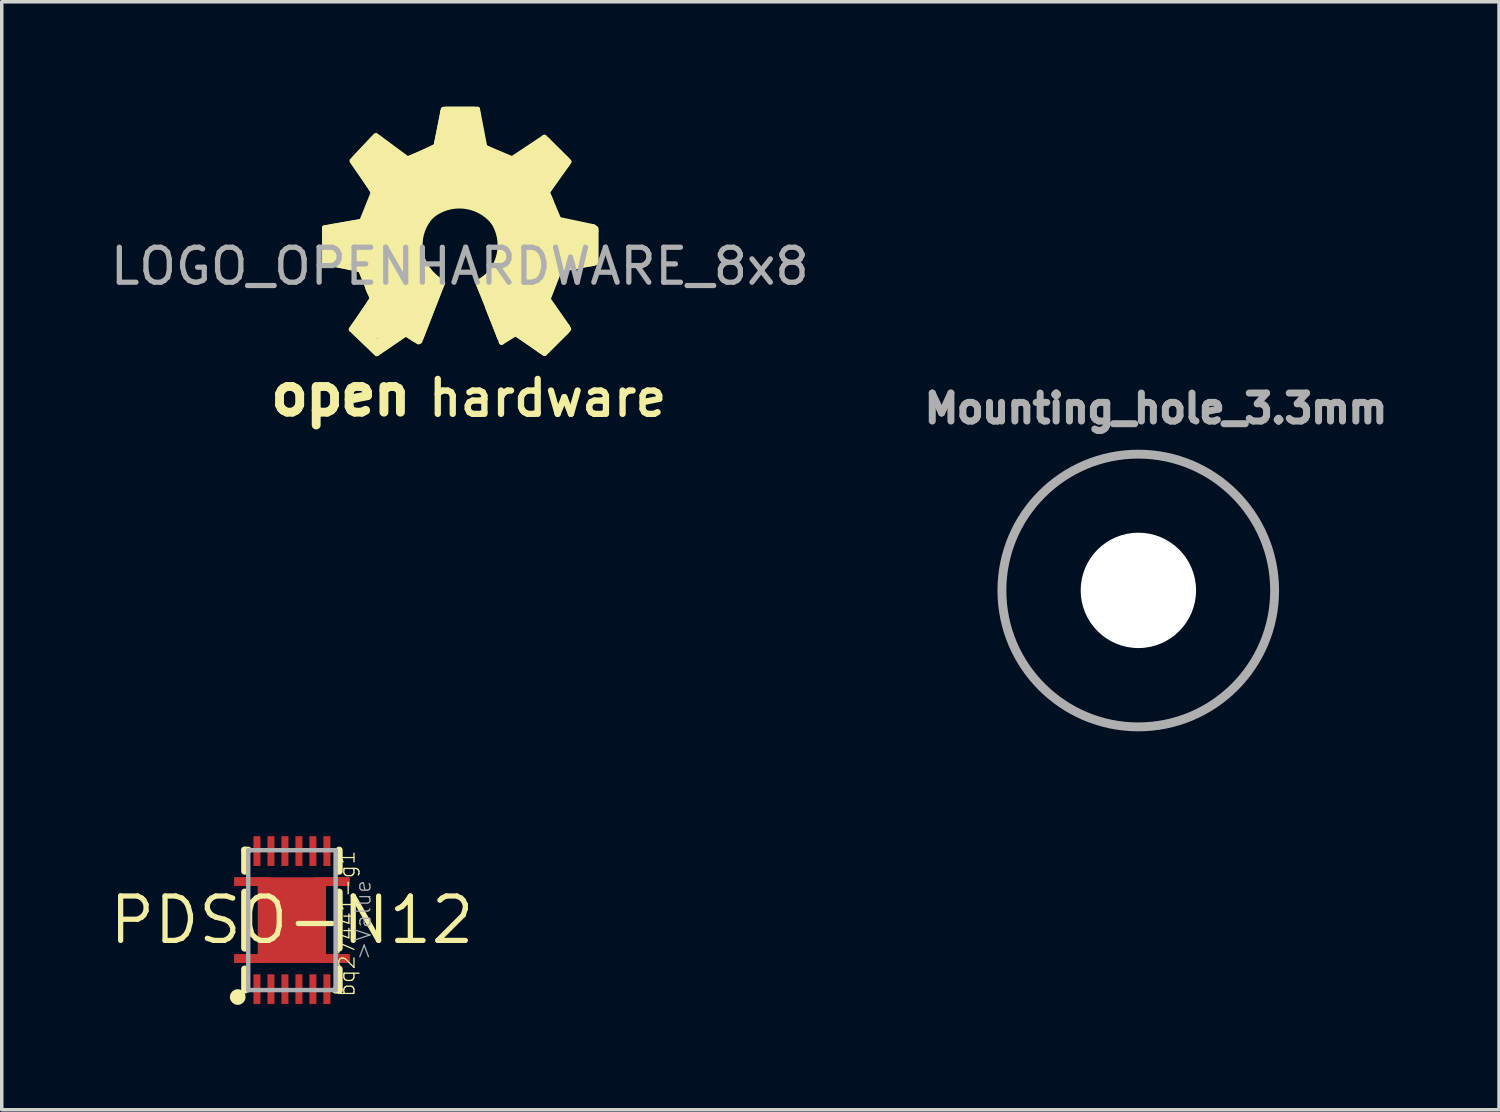
<source format=kicad_pcb>
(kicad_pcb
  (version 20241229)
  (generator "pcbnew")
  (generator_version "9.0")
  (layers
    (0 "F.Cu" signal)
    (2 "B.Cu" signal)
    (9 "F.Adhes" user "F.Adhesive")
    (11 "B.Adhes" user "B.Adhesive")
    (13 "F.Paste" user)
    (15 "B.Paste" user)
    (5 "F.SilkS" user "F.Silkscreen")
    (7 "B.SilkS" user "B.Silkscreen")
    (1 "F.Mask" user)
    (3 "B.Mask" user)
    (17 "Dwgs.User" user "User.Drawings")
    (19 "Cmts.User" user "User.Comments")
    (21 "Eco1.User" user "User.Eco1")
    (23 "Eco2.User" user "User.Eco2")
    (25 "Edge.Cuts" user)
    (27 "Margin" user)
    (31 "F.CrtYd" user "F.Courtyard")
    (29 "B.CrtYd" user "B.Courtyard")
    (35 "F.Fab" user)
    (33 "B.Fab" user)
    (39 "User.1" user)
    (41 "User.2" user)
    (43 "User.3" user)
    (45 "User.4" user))
  (footprint "LOGO_OPENHARDWARE_8x8"
    (layer "F.Cu")
    (at 10.101 4.066)
    (property "Reference" "LOGO_OPENHARDWARE_8x8" (at 0 0.5 0) (layer "F.Fab") (effects (font (size 1 1) (thickness 0.15))))
    (attr through_hole)
    (fp_line (start -3.868 -0.599) (end -2.697 -0.803) (stroke (width 0.15) (type solid)) (layer "F.SilkS"))
    (fp_line (start -3.866 -0.597) (end -3.866 0.389) (stroke (width 0.15) (type solid)) (layer "F.SilkS"))
    (fp_line (start -3.866 0.396) (end -2.794 0.592) (stroke (width 0.15) (type solid)) (layer "F.SilkS"))
    (fp_line (start -3.729 -0.505) (end -2.71 -0.686) (stroke (width 0.37) (type solid)) (layer "F.SilkS"))
    (fp_line (start -3.726 0.284) (end -2.776 0.503) (stroke (width 0.37) (type solid)) (layer "F.SilkS"))
    (fp_line (start -3.716 -0.493) (end -3.721 0.295) (stroke (width 0.38) (type solid)) (layer "F.SilkS"))
    (fp_line (start -3.716 -0.353) (end -2.601 -0.599) (stroke (width 0.15) (type solid)) (layer "F.SilkS"))
    (fp_line (start -3.574 -0.409) (end -3.574 0.241) (stroke (width 0.15) (type solid)) (layer "F.SilkS"))
    (fp_line (start -3.259 -0.112) (end -1.841 -0.173) (stroke (width 1) (type solid)) (layer "F.SilkS"))
    (fp_line (start -3.104 2.304) (end -2.507 1.44) (stroke (width 0.15) (type solid)) (layer "F.SilkS"))
    (fp_line (start -3.081 -2.517) (end -2.408 -3.231) (stroke (width 0.15) (type solid)) (layer "F.SilkS"))
    (fp_line (start -3.061 -2.482) (end -2.466 -1.628) (stroke (width 0.15) (type solid)) (layer "F.SilkS"))
    (fp_line (start -2.939 2.286) (end -2.375 2.824) (stroke (width 0.38) (type solid)) (layer "F.SilkS"))
    (fp_line (start -2.924 2.286) (end -2.39 1.453) (stroke (width 0.37) (type solid)) (layer "F.SilkS"))
    (fp_line (start -2.918 -2.512) (end -2.418 -3.045) (stroke (width 0.38) (type solid)) (layer "F.SilkS"))
    (fp_line (start -2.908 -2.489) (end -2.352 -1.638) (stroke (width 0.37) (type solid)) (layer "F.SilkS"))
    (fp_line (start -2.799 -0.798) (end -2.464 -1.631) (stroke (width 0.15) (type solid)) (layer "F.SilkS"))
    (fp_line (start -2.748 0.526) (end -2.39 1.41) (stroke (width 0.37) (type solid)) (layer "F.SilkS"))
    (fp_line (start -2.68 -0.721) (end -2.332 -1.587) (stroke (width 0.37) (type solid)) (layer "F.SilkS"))
    (fp_line (start -2.461 0.376) (end -1.755 0.249) (stroke (width 1) (type solid)) (layer "F.SilkS"))
    (fp_line (start -2.426 -2.969) (end -1.542 -2.248) (stroke (width 0.15) (type solid)) (layer "F.SilkS"))
    (fp_line (start -2.395 -3.233) (end -1.425 -2.517) (stroke (width 0.15) (type solid)) (layer "F.SilkS"))
    (fp_line (start -2.375 3) (end -3.096 2.306) (stroke (width 0.15) (type solid)) (layer "F.SilkS"))
    (fp_line (start -2.37 -3.071) (end -1.542 -2.418) (stroke (width 0.37) (type solid)) (layer "F.SilkS"))
    (fp_line (start -2.362 2.824) (end -1.582 2.294) (stroke (width 0.4) (type solid)) (layer "F.SilkS"))
    (fp_line (start -2.273 -2.398) (end -1.212 -1.29) (stroke (width 1) (type solid)) (layer "F.SilkS"))
    (fp_line (start -2.223 2.093) (end -1.369 1.072) (stroke (width 1) (type solid)) (layer "F.SilkS"))
    (fp_line (start -2.212 1.021) (end -1.648 0.541) (stroke (width 1) (type solid)) (layer "F.SilkS"))
    (fp_line (start -2.187 -1.621) (end -2.573 -0.622) (stroke (width 0.15) (type solid)) (layer "F.SilkS"))
    (fp_line (start -2.182 -1.615) (end -2.784 -2.525) (stroke (width 0.15) (type solid)) (layer "F.SilkS"))
    (fp_line (start -2.136 -0.869) (end -1.694 -0.709) (stroke (width 1) (type solid)) (layer "F.SilkS"))
    (fp_line (start -1.961 -1.349) (end -1.504 -1.059) (stroke (width 1) (type solid)) (layer "F.SilkS"))
    (fp_line (start -1.572 2.276) (end -1.255 2.482) (stroke (width 0.37) (type solid)) (layer "F.SilkS"))
    (fp_line (start -1.547 1.92) (end -1.181 1.158) (stroke (width 1) (type solid)) (layer "F.SilkS"))
    (fp_line (start -1.542 2.428) (end -2.367 2.992) (stroke (width 0.15) (type solid)) (layer "F.SilkS"))
    (fp_line (start -1.537 -2.25) (end -0.554 -2.743) (stroke (width 0.15) (type solid)) (layer "F.SilkS"))
    (fp_line (start -1.529 2.438) (end -1.184 2.659) (stroke (width 0.15) (type solid)) (layer "F.SilkS"))
    (fp_line (start -1.481 -2.428) (end -0.635 -2.835) (stroke (width 0.37) (type solid)) (layer "F.SilkS"))
    (fp_line (start -1.46 -2.586) (end -0.556 -2.964) (stroke (width 0.15) (type solid)) (layer "F.SilkS"))
    (fp_line (start -1.45 -0.391) (end -1.318 0.432) (stroke (width 0.15) (type solid)) (layer "F.SilkS"))
    (fp_line (start -1.313 0.462) (end -1.219 0.632) (stroke (width 0.15) (type solid)) (layer "F.SilkS"))
    (fp_line (start -1.313 0.462) (end -1.219 0.632) (stroke (width 0.15) (type solid)) (layer "F.SilkS"))
    (fp_line (start -1.227 2.461) (end -0.676 1.039) (stroke (width 0.42) (type solid)) (layer "F.SilkS"))
    (fp_line (start -1.206 0.663) (end -0.899 0.93) (stroke (width 0.15) (type solid)) (layer "F.SilkS"))
    (fp_line (start -1.146 2.642) (end -0.495 0.973) (stroke (width 0.15) (type solid)) (layer "F.SilkS"))
    (fp_line (start -1.09 0.683) (end -0.831 1.021) (stroke (width 0.15) (type solid)) (layer "F.SilkS"))
    (fp_line (start -1.026 -1.128) (end -1.445 -0.396) (stroke (width 0.15) (type solid)) (layer "F.SilkS"))
    (fp_line (start -0.963 -2.126) (end -0.787 -1.768) (stroke (width 1) (type solid)) (layer "F.SilkS"))
    (fp_line (start -0.721 0.798) (end -0.495 0.973) (stroke (width 0.15) (type solid)) (layer "F.SilkS"))
    (fp_line (start -0.528 -2.385) (end -0.361 -1.775) (stroke (width 1) (type solid)) (layer "F.SilkS"))
    (fp_line (start -0.472 -3.98) (end -0.673 -2.954) (stroke (width 0.15) (type solid)) (layer "F.SilkS"))
    (fp_line (start -0.462 -3.988) (end 0.503 -3.988) (stroke (width 0.15) (type solid)) (layer "F.SilkS"))
    (fp_line (start -0.384 -3.881) (end 0.401 -3.881) (stroke (width 0.37) (type solid)) (layer "F.SilkS"))
    (fp_line (start -0.376 -3.868) (end -0.582 -2.855) (stroke (width 0.37) (type solid)) (layer "F.SilkS"))
    (fp_line (start -0.155 -1.557) (end -1.026 -1.128) (stroke (width 0.15) (type solid)) (layer "F.SilkS"))
    (fp_line (start -0.013 -3.373) (end -0.008 -1.859) (stroke (width 1) (type solid)) (layer "F.SilkS"))
    (fp_line (start 0.384 -3.861) (end 0.597 -2.842) (stroke (width 0.37) (type solid)) (layer "F.SilkS"))
    (fp_line (start 0.503 -3.988) (end 0.729 -2.817) (stroke (width 0.15) (type solid)) (layer "F.SilkS"))
    (fp_line (start 0.597 -2.842) (end 1.499 -2.393) (stroke (width 0.37) (type solid)) (layer "F.SilkS"))
    (fp_line (start 0.643 1.255) (end 0.521 0.97) (stroke (width 0.15) (type solid)) (layer "F.SilkS"))
    (fp_line (start 0.66 -1.389) (end -0.155 -1.549) (stroke (width 0.15) (type solid)) (layer "F.SilkS"))
    (fp_line (start 0.719 -2.898) (end 1.524 -2.56) (stroke (width 0.15) (type solid)) (layer "F.SilkS"))
    (fp_line (start 0.737 -2.37) (end 0.516 -1.684) (stroke (width 1) (type solid)) (layer "F.SilkS"))
    (fp_line (start 0.78 0.8) (end 0.526 0.965) (stroke (width 0.15) (type solid)) (layer "F.SilkS"))
    (fp_line (start 0.803 0.993) (end 1.331 2.375) (stroke (width 0.15) (type solid)) (layer "F.SilkS"))
    (fp_line (start 0.846 1.052) (end 1.024 0.93) (stroke (width 0.15) (type solid)) (layer "F.SilkS"))
    (fp_line (start 1.024 0.93) (end 1.4 0.218) (stroke (width 0.15) (type solid)) (layer "F.SilkS"))
    (fp_line (start 1.163 1.067) (end 1.496 1.798) (stroke (width 1) (type solid)) (layer "F.SilkS"))
    (fp_line (start 1.163 1.158) (end 2.344 2.172) (stroke (width 1) (type solid)) (layer "F.SilkS"))
    (fp_line (start 1.171 -0.96) (end 0.66 -1.389) (stroke (width 0.15) (type solid)) (layer "F.SilkS"))
    (fp_line (start 1.194 2.672) (end 0.808 1.692) (stroke (width 0.15) (type solid)) (layer "F.SilkS"))
    (fp_line (start 1.232 2.459) (end 0.658 1.019) (stroke (width 0.37) (type solid)) (layer "F.SilkS"))
    (fp_line (start 1.278 1.021) (end 1.895 1.349) (stroke (width 1) (type solid)) (layer "F.SilkS"))
    (fp_line (start 1.323 -2.118) (end 0.904 -1.532) (stroke (width 1) (type solid)) (layer "F.SilkS"))
    (fp_line (start 1.4 0.218) (end 1.4 -0.3) (stroke (width 0.15) (type solid)) (layer "F.SilkS"))
    (fp_line (start 1.405 -2.512) (end 2.416 -3.185) (stroke (width 0.15) (type solid)) (layer "F.SilkS"))
    (fp_line (start 1.405 -0.287) (end 1.171 -0.96) (stroke (width 0.15) (type solid)) (layer "F.SilkS"))
    (fp_line (start 1.511 -2.398) (end 2.416 -3.032) (stroke (width 0.37) (type solid)) (layer "F.SilkS"))
    (fp_line (start 1.542 2.372) (end 2.418 2.992) (stroke (width 0.15) (type solid)) (layer "F.SilkS"))
    (fp_line (start 1.57 2.273) (end 1.232 2.459) (stroke (width 0.37) (type solid)) (layer "F.SilkS"))
    (fp_line (start 1.598 0.602) (end 2.207 0.709) (stroke (width 1) (type solid)) (layer "F.SilkS"))
    (fp_line (start 1.722 2.344) (end 1.194 2.672) (stroke (width 0.15) (type solid)) (layer "F.SilkS"))
    (fp_line (start 2.192 -1.25) (end 1.537 -0.884) (stroke (width 1) (type solid)) (layer "F.SilkS"))
    (fp_line (start 2.253 -2.316) (end 1.14 -1.25) (stroke (width 1) (type solid)) (layer "F.SilkS"))
    (fp_line (start 2.352 -1.692) (end 2.692 -0.754) (stroke (width 0.37) (type solid)) (layer "F.SilkS"))
    (fp_line (start 2.355 1.392) (end 2.974 2.278) (stroke (width 0.37) (type solid)) (layer "F.SilkS"))
    (fp_line (start 2.405 2.677) (end 1.585 2.149) (stroke (width 0.15) (type solid)) (layer "F.SilkS"))
    (fp_line (start 2.405 2.84) (end 1.57 2.273) (stroke (width 0.37) (type solid)) (layer "F.SilkS"))
    (fp_line (start 2.416 -3.03) (end 2.969 -2.484) (stroke (width 0.37) (type solid)) (layer "F.SilkS"))
    (fp_line (start 2.421 -3.188) (end 3.114 -2.497) (stroke (width 0.15) (type solid)) (layer "F.SilkS"))
    (fp_line (start 2.421 2.832) (end 2.974 2.286) (stroke (width 0.37) (type solid)) (layer "F.SilkS"))
    (fp_line (start 2.428 2.987) (end 3.111 2.296) (stroke (width 0.15) (type solid)) (layer "F.SilkS"))
    (fp_line (start 2.433 -0.556) (end 1.712 -0.409) (stroke (width 1) (type solid)) (layer "F.SilkS"))
    (fp_line (start 2.504 -1.608) (end 2.87 -0.739) (stroke (width 0.15) (type solid)) (layer "F.SilkS"))
    (fp_line (start 2.692 -0.754) (end 3.774 -0.526) (stroke (width 0.37) (type solid)) (layer "F.SilkS"))
    (fp_line (start 2.753 0.61) (end 3.876 0.399) (stroke (width 0.15) (type solid)) (layer "F.SilkS"))
    (fp_line (start 2.761 0.48) (end 2.355 1.392) (stroke (width 0.37) (type solid)) (layer "F.SilkS"))
    (fp_line (start 2.824 2.212) (end 2.339 2.743) (stroke (width 0.15) (type solid)) (layer "F.SilkS"))
    (fp_line (start 2.857 0.577) (end 2.477 1.557) (stroke (width 0.15) (type solid)) (layer "F.SilkS"))
    (fp_line (start 2.969 -2.482) (end 2.352 -1.692) (stroke (width 0.37) (type solid)) (layer "F.SilkS"))
    (fp_line (start 3.119 -2.489) (end 2.416 -1.499) (stroke (width 0.15) (type solid)) (layer "F.SilkS"))
    (fp_line (start 3.244 -0.132) (end 1.775 -0.046) (stroke (width 1) (type solid)) (layer "F.SilkS"))
    (fp_line (start 3.774 -0.526) (end 3.774 0.31) (stroke (width 0.37) (type solid)) (layer "F.SilkS"))
    (fp_line (start 3.774 0.31) (end 2.761 0.48) (stroke (width 0.37) (type solid)) (layer "F.SilkS"))
    (fp_line (start 3.807 0.163) (end 2.7 0.386) (stroke (width 0.15) (type solid)) (layer "F.SilkS"))
    (fp_line (start 3.891 -0.579) (end 3.889 0.378) (stroke (width 0.15) (type solid)) (layer "F.SilkS"))
    (fp_arc (start -0.8763 -1.03124) (mid 0.127392 -1.330927) (end 1.04902 -0.83312) (stroke (width 0.37) (type solid)) (layer "F.SilkS"))
    (fp_arc (start -0.8255 0.84836) (mid -1.247617 -0.062958) (end -0.9017 -1.00584) (stroke (width 0.37) (type solid)) (layer "F.SilkS"))
    (fp_arc (start 1.03886 -0.84836) (mid 1.239562 0.160623) (end 0.66802 1.016) (stroke (width 0.37) (type solid)) (layer "F.SilkS"))
    (fp_text user "hardware" (at 2.512 4.267 0) (layer "F.SilkS") (effects (font (size 1 1) (thickness 0.18))))
    (fp_text user "open" (at -3.401 4.176 0) (layer "F.SilkS") (effects (font (size 1.1 1.1) (thickness 0.254)))))
  (footprint "PDSO-N12"
    (layer "F.Cu")
    (at 5.299 23.266)
    (property "Reference" "PDSO-N12" (at 0 0 0) (layer "F.SilkS") (effects (font (size 1.27 1.27) (thickness 0.15))))
    (attr through_hole)
    (fp_poly (pts (xy 1.65 -1.225) (xy -1.65 -1.225) (xy -1.65 -0.975) (xy -0.975 -0.975) (xy -0.975 0.975) (xy -1.65 0.975) (xy -1.65 1.225) (xy 1.65 1.225) (xy 1.65 0.975) (xy 0.975 0.975) (xy 0.975 -0.975) (xy 1.65 -0.975)) (stroke (width 0) (type solid)) (fill yes) (layer "F.Cu"))
    (fp_poly (pts (xy -1.75 -0.875) (xy 1.75 -0.875) (xy 1.75 -1.325) (xy -1.75 -1.325)) (stroke (width 0) (type solid)) (fill yes) (layer "F.Mask"))
    (fp_poly (pts (xy 1.75 0.875) (xy -1.75 0.875) (xy -1.75 1.325) (xy 1.75 1.325)) (stroke (width 0) (type solid)) (fill yes) (layer "F.Mask"))
    (fp_line (start -1.35 -2) (end -1.35 -1.4) (stroke (width 0.203) (type solid)) (layer "F.SilkS"))
    (fp_line (start -1.35 -2) (end -1.25 -2) (stroke (width 0.203) (type solid)) (layer "F.SilkS"))
    (fp_line (start -1.35 -0.8) (end -1.35 0.8) (stroke (width 0.203) (type solid)) (layer "F.SilkS"))
    (fp_line (start -1.35 2) (end -1.35 1.4) (stroke (width 0.203) (type solid)) (layer "F.SilkS"))
    (fp_line (start -1.35 2) (end -1.25 2) (stroke (width 0.127) (type solid)) (layer "F.SilkS"))
    (fp_line (start 1.35 -2) (end 1.25 -2) (stroke (width 0.127) (type solid)) (layer "F.SilkS"))
    (fp_line (start 1.35 -2) (end 1.35 -1.4) (stroke (width 0.203) (type solid)) (layer "F.SilkS"))
    (fp_line (start 1.35 0.8) (end 1.35 -0.8) (stroke (width 0.203) (type solid)) (layer "F.SilkS"))
    (fp_line (start 1.35 2) (end 1.25 2) (stroke (width 0.203) (type solid)) (layer "F.SilkS"))
    (fp_line (start 1.35 2) (end 1.35 1.4) (stroke (width 0.203) (type solid)) (layer "F.SilkS"))
    (fp_circle (center -1.55 2.2) (end -1.438 2.2) (stroke (width 0.224) (type solid)) (fill no) (layer "F.SilkS"))
    (fp_poly (pts (xy -1.625 -0.975) (xy -1.1 -0.975) (xy -1.1 -1.225) (xy -1.625 -1.225)) (stroke (width 0) (type solid)) (fill yes) (layer "F.Paste"))
    (fp_poly (pts (xy -1.625 1.225) (xy -1.1 1.225) (xy -1.1 0.975) (xy -1.625 0.975)) (stroke (width 0) (type solid)) (fill yes) (layer "F.Paste"))
    (fp_poly (pts (xy -1.1 -1.575) (xy -0.9 -1.575) (xy -0.9 -2.375) (xy -1.1 -2.375)) (stroke (width 0) (type solid)) (fill yes) (layer "F.Paste"))
    (fp_poly (pts (xy -0.9 -0.1) (xy -0.1 -0.1) (xy -0.1 -1.1) (xy -0.9 -1.1)) (stroke (width 0) (type solid)) (fill yes) (layer "F.Paste"))
    (fp_poly (pts (xy -0.9 1.1) (xy -0.1 1.1) (xy -0.1 0.1) (xy -0.9 0.1)) (stroke (width 0) (type solid)) (fill yes) (layer "F.Paste"))
    (fp_poly (pts (xy -0.9 1.575) (xy -1.1 1.575) (xy -1.1 2.375) (xy -0.9 2.375)) (stroke (width 0) (type solid)) (fill yes) (layer "F.Paste"))
    (fp_poly (pts (xy -0.7 -1.575) (xy -0.5 -1.575) (xy -0.5 -2.375) (xy -0.7 -2.375)) (stroke (width 0) (type solid)) (fill yes) (layer "F.Paste"))
    (fp_poly (pts (xy -0.5 1.575) (xy -0.7 1.575) (xy -0.7 2.375) (xy -0.5 2.375)) (stroke (width 0) (type solid)) (fill yes) (layer "F.Paste"))
    (fp_poly (pts (xy -0.3 -1.575) (xy -0.1 -1.575) (xy -0.1 -2.375) (xy -0.3 -2.375)) (stroke (width 0) (type solid)) (fill yes) (layer "F.Paste"))
    (fp_poly (pts (xy -0.1 1.575) (xy -0.3 1.575) (xy -0.3 2.375) (xy -0.1 2.375)) (stroke (width 0) (type solid)) (fill yes) (layer "F.Paste"))
    (fp_poly (pts (xy 0.1 -1.575) (xy 0.3 -1.575) (xy 0.3 -2.375) (xy 0.1 -2.375)) (stroke (width 0) (type solid)) (fill yes) (layer "F.Paste"))
    (fp_poly (pts (xy 0.3 1.575) (xy 0.1 1.575) (xy 0.1 2.375) (xy 0.3 2.375)) (stroke (width 0) (type solid)) (fill yes) (layer "F.Paste"))
    (fp_poly (pts (xy 0.5 -1.575) (xy 0.7 -1.575) (xy 0.7 -2.375) (xy 0.5 -2.375)) (stroke (width 0) (type solid)) (fill yes) (layer "F.Paste"))
    (fp_poly (pts (xy 0.5 -1.575) (xy 0.7 -1.575) (xy 0.7 -2.375) (xy 0.5 -2.375)) (stroke (width 0) (type solid)) (fill yes) (layer "F.Paste"))
    (fp_poly (pts (xy 0.7 1.575) (xy 0.5 1.575) (xy 0.5 2.375) (xy 0.7 2.375)) (stroke (width 0) (type solid)) (fill yes) (layer "F.Paste"))
    (fp_poly (pts (xy 0.9 -1.575) (xy 1.1 -1.575) (xy 1.1 -2.375) (xy 0.9 -2.375)) (stroke (width 0) (type solid)) (fill yes) (layer "F.Paste"))
    (fp_poly (pts (xy 0.9 -1.1) (xy 0.1 -1.1) (xy 0.1 -0.1) (xy 0.9 -0.1)) (stroke (width 0) (type solid)) (fill yes) (layer "F.Paste"))
    (fp_poly (pts (xy 0.9 0.1) (xy 0.1 0.1) (xy 0.1 1.1) (xy 0.9 1.1)) (stroke (width 0) (type solid)) (fill yes) (layer "F.Paste"))
    (fp_poly (pts (xy 1.1 1.575) (xy 0.9 1.575) (xy 0.9 2.375) (xy 1.1 2.375)) (stroke (width 0) (type solid)) (fill yes) (layer "F.Paste"))
    (fp_poly (pts (xy 1.625 -1.225) (xy 1.1 -1.225) (xy 1.1 -0.975) (xy 1.625 -0.975)) (stroke (width 0) (type solid)) (fill yes) (layer "F.Paste"))
    (fp_poly (pts (xy 1.625 0.975) (xy 1.1 0.975) (xy 1.1 1.225) (xy 1.625 1.225)) (stroke (width 0) (type solid)) (fill yes) (layer "F.Paste"))
    (fp_line (start -1.25 -2) (end -1.25 2) (stroke (width 0.127) (type solid)) (layer "F.Fab"))
    (fp_line (start -1.25 2) (end 1.25 2) (stroke (width 0.127) (type solid)) (layer "F.Fab"))
    (fp_line (start 1.25 -2) (end -1.25 -2) (stroke (width 0.127) (type solid)) (layer "F.Fab"))
    (fp_line (start 1.25 2) (end 1.25 -2) (stroke (width 0.127) (type solid)) (layer "F.Fab"))
    (fp_text user "bq27441-g1" (at 1.829 0.102 270) (layer "F.SilkS") (effects (font (size 0.434 0.434) (thickness 0.037)) (justify bottom)))
    (fp_text user ">Value" (at 1.778 0 270) (layer "F.Fab") (effects (font (size 0.434 0.434) (thickness 0.037)) (justify top)))
    (pad "1" smd rect (at -1 1.975) (size 0.2 0.85) (layers "F.Cu" "F.Mask"))
    (pad "2" smd rect (at -0.6 1.975) (size 0.2 0.85) (layers "F.Cu" "F.Mask"))
    (pad "3" smd rect (at -0.2 1.975) (size 0.2 0.85) (layers "F.Cu" "F.Mask"))
    (pad "4" smd rect (at 0.2 1.975) (size 0.2 0.85) (layers "F.Cu" "F.Mask"))
    (pad "5" smd rect (at 0.6 1.975) (size 0.2 0.85) (layers "F.Cu" "F.Mask"))
    (pad "6" smd rect (at 1 1.975) (size 0.2 0.85) (layers "F.Cu" "F.Mask"))
    (pad "7" smd rect (at 1 -1.975 180) (size 0.2 0.85) (layers "F.Cu" "F.Mask"))
    (pad "8" smd rect (at 0.6 -1.975 180) (size 0.2 0.85) (layers "F.Cu" "F.Mask"))
    (pad "9" smd rect (at 0.2 -1.975 180) (size 0.2 0.85) (layers "F.Cu" "F.Mask"))
    (pad "10" smd rect (at -0.2 -1.975 180) (size 0.2 0.85) (layers "F.Cu" "F.Mask"))
    (pad "11" smd rect (at -0.6 -1.975 180) (size 0.2 0.85) (layers "F.Cu" "F.Mask"))
    (pad "12" smd rect (at -1 -1.975 180) (size 0.2 0.85) (layers "F.Cu" "F.Mask"))
    (pad "EP" smd rect (at 0 0) (size 1.95 1.95) (layers "F.Cu" "F.Mask"))
    (pad "EP1" smd rect (at -1.15 -1.1) (size 1 0.25) (layers "F.Cu" "F.Mask"))
    (pad "EP2" smd rect (at -1.15 1.1) (size 1 0.25) (layers "F.Cu" "F.Mask"))
    (pad "EP3" smd rect (at 1.15 1.1 180) (size 1 0.25) (layers "F.Cu" "F.Mask"))
    (pad "EP4" smd rect (at 1.15 -1.1 180) (size 1 0.25) (layers "F.Cu" "F.Mask")))
  (footprint "Mounting_hole_3.3mm"
    (layer "F.Cu")
    (at 32.426 0.25)
    (property "Reference" "Mounting_hole_3.3mm" (at -2.413 8.382 0) (layer "F.Fab") (effects (font (size 0.8 0.8) (thickness 0.2))))
    (attr exclude_from_pos_files exclude_from_bom)
    (fp_circle (center -2.921 13.589) (end -6.821 13.589) (stroke (width 0.254) (type solid)) (fill no) (layer "F.Fab"))
    (pad "" np_thru_hole circle (at -2.918 13.585) (size 3.3 3.3) (drill 3.3) (layers "*.Cu" "*.Mask")))
  (gr_rect
    (start -3 -3)
    (end 39.823 28.69)
    (stroke (width 0.1) (type default))
    (fill no)
    (layer "Edge.Cuts")))
</source>
